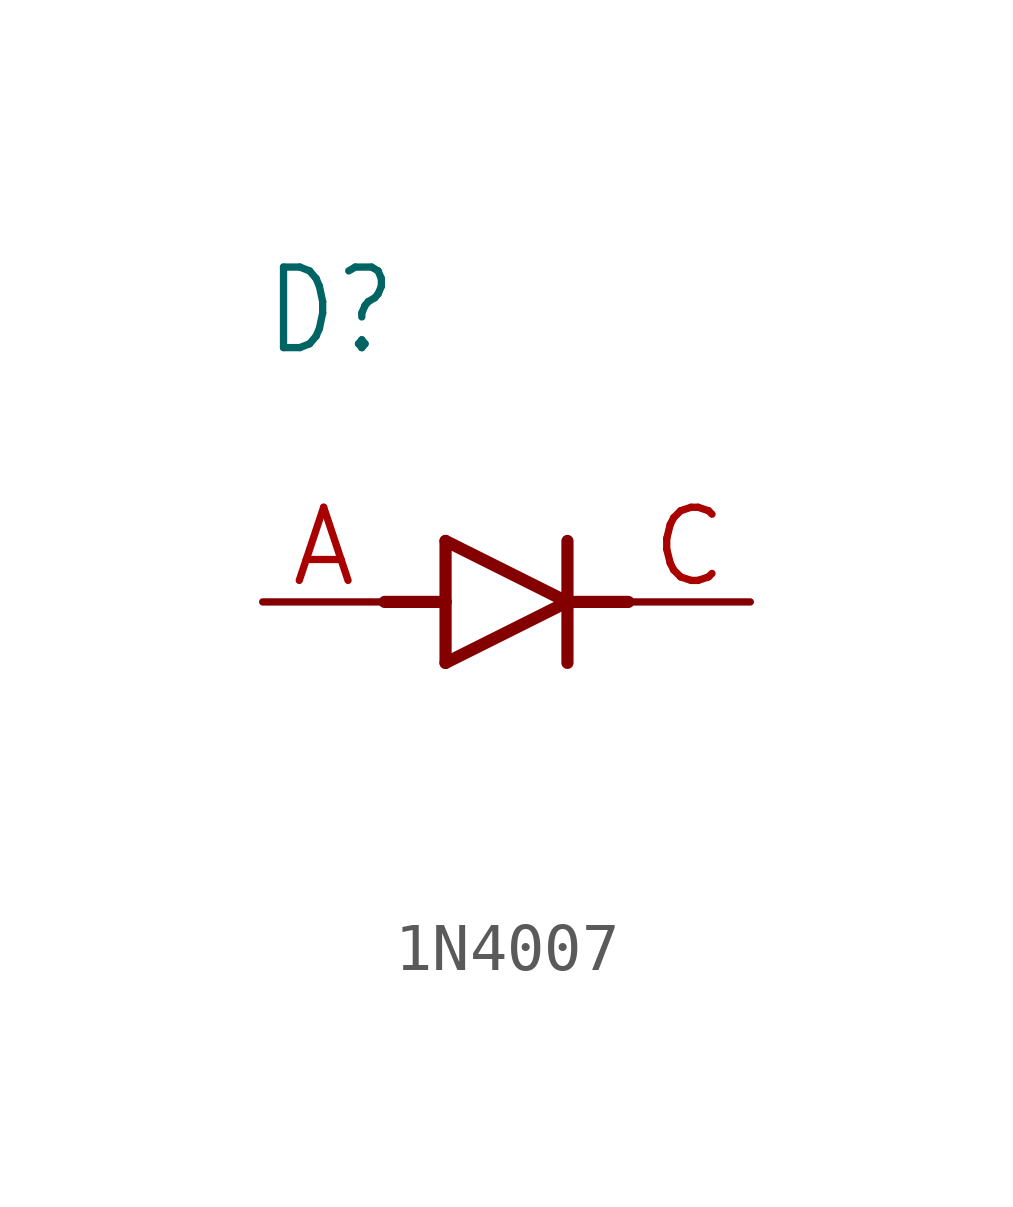
<source format=kicad_sym>
(kicad_symbol_lib
  (version 20241209)
  (generator "kicad_symbol_editor")
  (generator_version "9.0")
  (symbol "1N4007"
    (property "Reference" "D"
      (at -5.086 5.086 0)
      (effects (font (size 1.678 1.427)) (justify left bottom)))
    (property "Value" ""
      (at -5.086 -5.086 0)
      (effects (font (size 1.679 1.427)) (justify left bottom)))
    (property "ki_locked" ""
      (at 0 0 0)
      (effects (font (size 1.27 1.27))))
    (symbol "1N4007_1_0"
      (polyline (pts (xy -2.54 0) (xy -1.27 0)) (stroke (width 0.254) (type solid)) (fill (type none)))
      (polyline (pts (xy -1.27 1.27) (xy -1.27 0)) (stroke (width 0.254) (type solid)) (fill (type none)))
      (polyline (pts (xy -1.27 0) (xy -1.27 -1.27)) (stroke (width 0.254) (type solid)) (fill (type none)))
      (polyline (pts (xy -1.27 -1.27) (xy 1.27 0)) (stroke (width 0.254) (type solid)) (fill (type none)))
      (polyline (pts (xy 1.27 1.27) (xy 1.27 0)) (stroke (width 0.254) (type solid)) (fill (type none)))
      (polyline (pts (xy 1.27 0) (xy -1.27 1.27)) (stroke (width 0.254) (type solid)) (fill (type none)))
      (polyline (pts (xy 1.27 0) (xy 1.27 -1.27)) (stroke (width 0.254) (type solid)) (fill (type none)))
      (polyline (pts (xy 1.27 0) (xy 2.54 0)) (stroke (width 0.254) (type solid)) (fill (type none)))
      (pin passive line (at -5.08 0 0) (length 2.54) (name "A" (effects (font (size 0 0)))) (number "A" (effects (font (size 1.524 1.524)))))
      (pin passive line (at 5.08 0 180) (length 2.54) (name "C" (effects (font (size 0 0)))) (number "C" (effects (font (size 1.524 1.524))))))))
</source>
